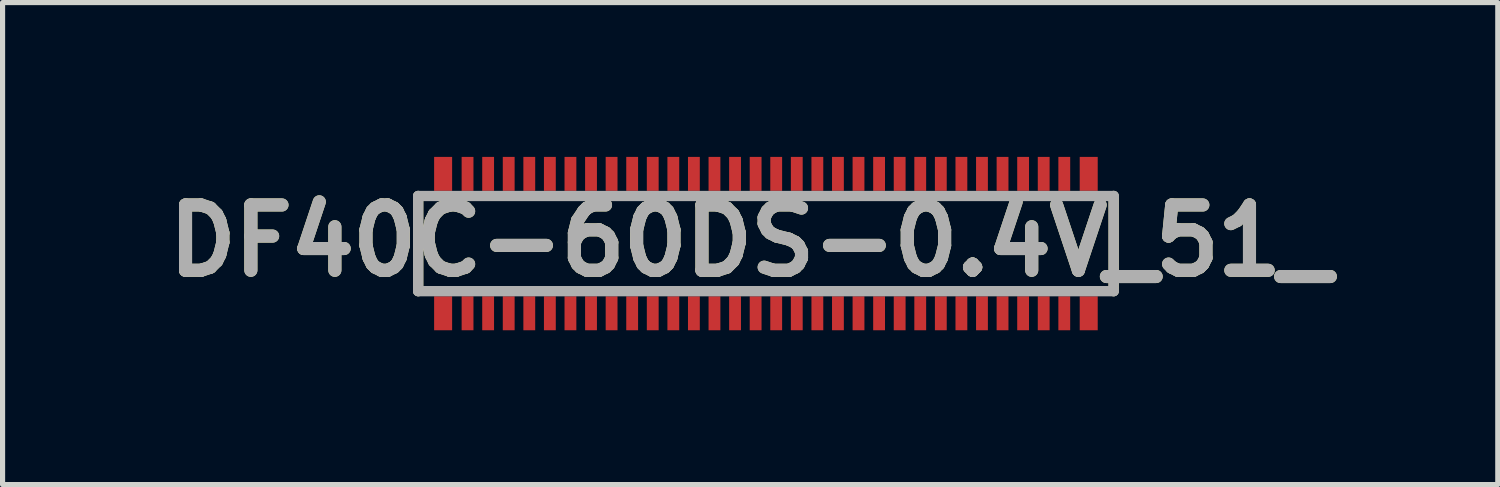
<source format=kicad_pcb>
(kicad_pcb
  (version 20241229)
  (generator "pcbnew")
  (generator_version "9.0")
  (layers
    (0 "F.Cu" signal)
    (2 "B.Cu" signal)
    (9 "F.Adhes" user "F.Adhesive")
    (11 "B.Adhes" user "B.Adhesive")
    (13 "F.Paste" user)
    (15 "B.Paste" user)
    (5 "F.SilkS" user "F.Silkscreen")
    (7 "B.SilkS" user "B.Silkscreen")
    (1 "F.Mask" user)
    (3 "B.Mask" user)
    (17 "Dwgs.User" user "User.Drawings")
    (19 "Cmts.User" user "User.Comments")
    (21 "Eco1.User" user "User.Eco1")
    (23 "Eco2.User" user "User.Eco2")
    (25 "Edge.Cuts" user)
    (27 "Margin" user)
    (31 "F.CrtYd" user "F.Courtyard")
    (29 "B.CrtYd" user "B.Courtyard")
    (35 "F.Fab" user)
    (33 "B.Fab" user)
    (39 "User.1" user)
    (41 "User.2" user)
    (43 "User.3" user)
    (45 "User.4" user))
  (footprint "DF40C-60DS-0.4V_51_"
    (layer "F.Cu")
    (at 11.839 1.685)
    (property "Reference" "DF40C-60DS-0.4V_51_" (at -0.306 -0.055 0) (layer "F.SilkS") (effects (font (size 1.27 1.27) (thickness 0.254))))
    (attr smd)
    (fp_line (start -6.76 0.925) (end -6.76 -0.925) (stroke (width 0.2) (type solid)) (layer "F.SilkS"))
    (fp_line (start 6.76 -0.925) (end 6.76 0.925) (stroke (width 0.2) (type solid)) (layer "F.SilkS"))
    (fp_line (start -6.76 -0.925) (end 6.76 -0.925) (stroke (width 0.2) (type solid)) (layer "F.Fab"))
    (fp_line (start -6.76 0.925) (end -6.76 -0.925) (stroke (width 0.2) (type solid)) (layer "F.Fab"))
    (fp_line (start 6.76 -0.925) (end 6.76 0.925) (stroke (width 0.2) (type solid)) (layer "F.Fab"))
    (fp_line (start 6.76 0.925) (end -6.76 0.925) (stroke (width 0.2) (type solid)) (layer "F.Fab"))
    (fp_text user "${REFERENCE}" (at -0.306 -0.055 0) (layer "F.Fab") (effects (font (size 1.27 1.27) (thickness 0.254))))
    (pad "1" smd rect (at -5.8 -1.355) (size 0.23 0.66) (layers "F.Cu" "F.Mask" "F.Paste"))
    (pad "2" smd rect (at -5.8 1.355) (size 0.23 0.66) (layers "F.Cu" "F.Mask" "F.Paste"))
    (pad "3" smd rect (at -5.4 -1.355) (size 0.23 0.66) (layers "F.Cu" "F.Mask" "F.Paste"))
    (pad "4" smd rect (at -5.4 1.355) (size 0.23 0.66) (layers "F.Cu" "F.Mask" "F.Paste"))
    (pad "5" smd rect (at -5 -1.355) (size 0.23 0.66) (layers "F.Cu" "F.Mask" "F.Paste"))
    (pad "6" smd rect (at -5 1.355) (size 0.23 0.66) (layers "F.Cu" "F.Mask" "F.Paste"))
    (pad "7" smd rect (at -4.6 -1.355) (size 0.23 0.66) (layers "F.Cu" "F.Mask" "F.Paste"))
    (pad "8" smd rect (at -4.6 1.355) (size 0.23 0.66) (layers "F.Cu" "F.Mask" "F.Paste"))
    (pad "9" smd rect (at -4.2 -1.355) (size 0.23 0.66) (layers "F.Cu" "F.Mask" "F.Paste"))
    (pad "10" smd rect (at -4.2 1.355) (size 0.23 0.66) (layers "F.Cu" "F.Mask" "F.Paste"))
    (pad "11" smd rect (at -3.8 -1.355) (size 0.23 0.66) (layers "F.Cu" "F.Mask" "F.Paste"))
    (pad "12" smd rect (at -3.8 1.355) (size 0.23 0.66) (layers "F.Cu" "F.Mask" "F.Paste"))
    (pad "13" smd rect (at -3.4 -1.355) (size 0.23 0.66) (layers "F.Cu" "F.Mask" "F.Paste"))
    (pad "14" smd rect (at -3.4 1.355) (size 0.23 0.66) (layers "F.Cu" "F.Mask" "F.Paste"))
    (pad "15" smd rect (at -3 -1.355) (size 0.23 0.66) (layers "F.Cu" "F.Mask" "F.Paste"))
    (pad "16" smd rect (at -3 1.355) (size 0.23 0.66) (layers "F.Cu" "F.Mask" "F.Paste"))
    (pad "17" smd rect (at -2.6 -1.355) (size 0.23 0.66) (layers "F.Cu" "F.Mask" "F.Paste"))
    (pad "18" smd rect (at -2.6 1.355) (size 0.23 0.66) (layers "F.Cu" "F.Mask" "F.Paste"))
    (pad "19" smd rect (at -2.2 -1.355) (size 0.23 0.66) (layers "F.Cu" "F.Mask" "F.Paste"))
    (pad "20" smd rect (at -2.2 1.355) (size 0.23 0.66) (layers "F.Cu" "F.Mask" "F.Paste"))
    (pad "21" smd rect (at -1.8 -1.355) (size 0.23 0.66) (layers "F.Cu" "F.Mask" "F.Paste"))
    (pad "22" smd rect (at -1.8 1.355) (size 0.23 0.66) (layers "F.Cu" "F.Mask" "F.Paste"))
    (pad "23" smd rect (at -1.4 -1.355) (size 0.23 0.66) (layers "F.Cu" "F.Mask" "F.Paste"))
    (pad "24" smd rect (at -1.4 1.355) (size 0.23 0.66) (layers "F.Cu" "F.Mask" "F.Paste"))
    (pad "25" smd rect (at -1 -1.355) (size 0.23 0.66) (layers "F.Cu" "F.Mask" "F.Paste"))
    (pad "26" smd rect (at -1 1.355) (size 0.23 0.66) (layers "F.Cu" "F.Mask" "F.Paste"))
    (pad "27" smd rect (at -0.6 -1.355) (size 0.23 0.66) (layers "F.Cu" "F.Mask" "F.Paste"))
    (pad "28" smd rect (at -0.6 1.355) (size 0.23 0.66) (layers "F.Cu" "F.Mask" "F.Paste"))
    (pad "29" smd rect (at -0.2 -1.355) (size 0.23 0.66) (layers "F.Cu" "F.Mask" "F.Paste"))
    (pad "30" smd rect (at -0.2 1.355) (size 0.23 0.66) (layers "F.Cu" "F.Mask" "F.Paste"))
    (pad "31" smd rect (at 0.2 -1.355) (size 0.23 0.66) (layers "F.Cu" "F.Mask" "F.Paste"))
    (pad "32" smd rect (at 0.2 1.355) (size 0.23 0.66) (layers "F.Cu" "F.Mask" "F.Paste"))
    (pad "33" smd rect (at 0.6 -1.355) (size 0.23 0.66) (layers "F.Cu" "F.Mask" "F.Paste"))
    (pad "34" smd rect (at 0.6 1.355) (size 0.23 0.66) (layers "F.Cu" "F.Mask" "F.Paste"))
    (pad "35" smd rect (at 1 -1.355) (size 0.23 0.66) (layers "F.Cu" "F.Mask" "F.Paste"))
    (pad "36" smd rect (at 1 1.355) (size 0.23 0.66) (layers "F.Cu" "F.Mask" "F.Paste"))
    (pad "37" smd rect (at 1.4 -1.355) (size 0.23 0.66) (layers "F.Cu" "F.Mask" "F.Paste"))
    (pad "38" smd rect (at 1.4 1.355) (size 0.23 0.66) (layers "F.Cu" "F.Mask" "F.Paste"))
    (pad "39" smd rect (at 1.8 -1.355) (size 0.23 0.66) (layers "F.Cu" "F.Mask" "F.Paste"))
    (pad "40" smd rect (at 1.8 1.355) (size 0.23 0.66) (layers "F.Cu" "F.Mask" "F.Paste"))
    (pad "41" smd rect (at 2.2 -1.355) (size 0.23 0.66) (layers "F.Cu" "F.Mask" "F.Paste"))
    (pad "42" smd rect (at 2.2 1.355) (size 0.23 0.66) (layers "F.Cu" "F.Mask" "F.Paste"))
    (pad "43" smd rect (at 2.6 -1.355) (size 0.23 0.66) (layers "F.Cu" "F.Mask" "F.Paste"))
    (pad "44" smd rect (at 2.6 1.355) (size 0.23 0.66) (layers "F.Cu" "F.Mask" "F.Paste"))
    (pad "45" smd rect (at 3 -1.355) (size 0.23 0.66) (layers "F.Cu" "F.Mask" "F.Paste"))
    (pad "46" smd rect (at 3 1.355) (size 0.23 0.66) (layers "F.Cu" "F.Mask" "F.Paste"))
    (pad "47" smd rect (at 3.4 -1.355) (size 0.23 0.66) (layers "F.Cu" "F.Mask" "F.Paste"))
    (pad "48" smd rect (at 3.4 1.355) (size 0.23 0.66) (layers "F.Cu" "F.Mask" "F.Paste"))
    (pad "49" smd rect (at 3.8 -1.355) (size 0.23 0.66) (layers "F.Cu" "F.Mask" "F.Paste"))
    (pad "50" smd rect (at 3.8 1.355) (size 0.23 0.66) (layers "F.Cu" "F.Mask" "F.Paste"))
    (pad "51" smd rect (at 4.2 -1.355) (size 0.23 0.66) (layers "F.Cu" "F.Mask" "F.Paste"))
    (pad "52" smd rect (at 4.2 1.355) (size 0.23 0.66) (layers "F.Cu" "F.Mask" "F.Paste"))
    (pad "53" smd rect (at 4.6 -1.355) (size 0.23 0.66) (layers "F.Cu" "F.Mask" "F.Paste"))
    (pad "54" smd rect (at 4.6 1.355) (size 0.23 0.66) (layers "F.Cu" "F.Mask" "F.Paste"))
    (pad "55" smd rect (at 5 -1.355) (size 0.23 0.66) (layers "F.Cu" "F.Mask" "F.Paste"))
    (pad "56" smd rect (at 5 1.355) (size 0.23 0.66) (layers "F.Cu" "F.Mask" "F.Paste"))
    (pad "57" smd rect (at 5.4 -1.355) (size 0.23 0.66) (layers "F.Cu" "F.Mask" "F.Paste"))
    (pad "58" smd rect (at 5.4 1.355) (size 0.23 0.66) (layers "F.Cu" "F.Mask" "F.Paste"))
    (pad "59" smd rect (at 5.8 -1.355) (size 0.23 0.66) (layers "F.Cu" "F.Mask" "F.Paste"))
    (pad "60" smd rect (at 5.8 1.355) (size 0.23 0.66) (layers "F.Cu" "F.Mask" "F.Paste"))
    (pad "61" smd rect (at -6.275 -1.355) (size 0.35 0.66) (layers "F.Cu" "F.Mask" "F.Paste"))
    (pad "62" smd rect (at -6.275 1.355) (size 0.35 0.66) (layers "F.Cu" "F.Mask" "F.Paste"))
    (pad "63" smd rect (at 6.275 -1.355) (size 0.35 0.66) (layers "F.Cu" "F.Mask" "F.Paste"))
    (pad "64" smd rect (at 6.275 1.355) (size 0.35 0.66) (layers "F.Cu" "F.Mask" "F.Paste")))
  (gr_rect
    (start -3 -3)
    (end 26.066 6.37)
    (stroke (width 0.1) (type default))
    (fill no)
    (layer "Edge.Cuts")))
</source>
